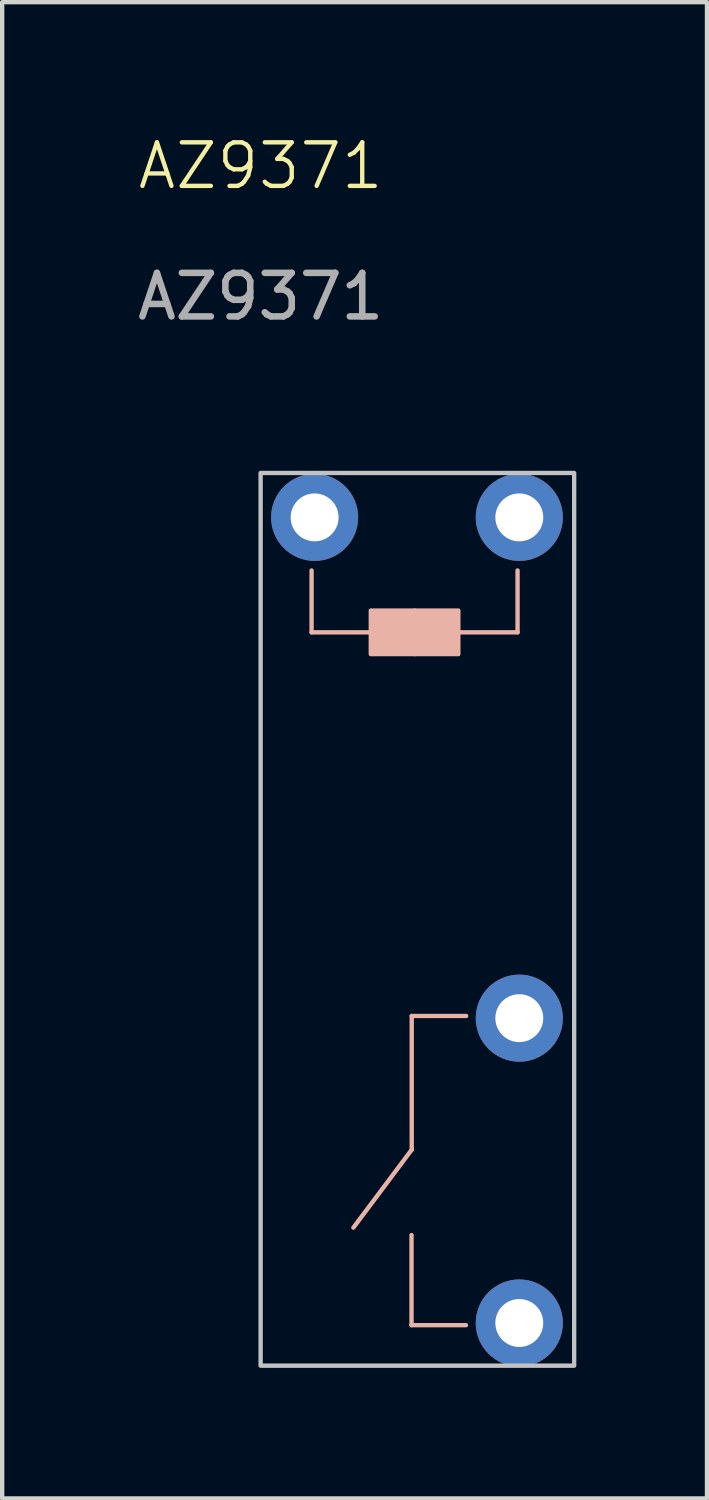
<source format=kicad_pcb>
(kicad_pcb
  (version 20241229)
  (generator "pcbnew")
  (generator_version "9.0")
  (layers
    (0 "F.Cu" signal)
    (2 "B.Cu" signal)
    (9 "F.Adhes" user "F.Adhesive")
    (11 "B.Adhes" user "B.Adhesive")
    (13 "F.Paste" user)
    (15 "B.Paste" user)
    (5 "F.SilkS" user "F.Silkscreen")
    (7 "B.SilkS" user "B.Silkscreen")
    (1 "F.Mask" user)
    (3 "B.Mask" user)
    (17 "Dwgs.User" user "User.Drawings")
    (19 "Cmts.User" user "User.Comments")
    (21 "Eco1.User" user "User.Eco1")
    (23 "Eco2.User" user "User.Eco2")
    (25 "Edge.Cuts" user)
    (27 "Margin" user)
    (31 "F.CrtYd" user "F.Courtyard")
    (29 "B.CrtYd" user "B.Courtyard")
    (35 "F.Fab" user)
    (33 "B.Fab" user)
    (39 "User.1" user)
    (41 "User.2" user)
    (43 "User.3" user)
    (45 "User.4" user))
  (footprint "AZ9371"
    (layer "F.Cu")
    (at 2.935 7.811)
    (property "Reference" "AZ9371" (at 0 -7.05 0) (unlocked yes) (layer "F.SilkS") (effects (font (size 1 1) (thickness 0.1))))
    (attr through_hole)
    (fp_line (start 1.17 3.66) (end 1.17 2.24) (stroke (width 0.1) (type default)) (layer "B.SilkS"))
    (fp_line (start 2.13 17.33) (end 3.47 15.54) (stroke (width 0.1) (type default)) (layer "B.SilkS"))
    (fp_line (start 3.465 17.5) (end 3.465 19.57) (stroke (width 0.1) (type default)) (layer "B.SilkS"))
    (fp_line (start 3.465 19.57) (end 4.715 19.57) (stroke (width 0.1) (type default)) (layer "B.SilkS"))
    (fp_line (start 3.47 12.47) (end 4.72 12.47) (stroke (width 0.1) (type default)) (layer "B.SilkS"))
    (fp_line (start 3.47 15.54) (end 3.47 12.47) (stroke (width 0.1) (type default)) (layer "B.SilkS"))
    (fp_line (start 5.9 3.66) (end 1.17 3.66) (stroke (width 0.1) (type default)) (layer "B.SilkS"))
    (fp_line (start 5.9 3.66) (end 5.9 2.24) (stroke (width 0.1) (type default)) (layer "B.SilkS"))
    (fp_rect (start 2.53 3.16) (end 3.535 3.66) (stroke (width 0.1) (type solid)) (fill yes) (layer "B.SilkS"))
    (fp_rect (start 2.53 3.66) (end 3.535 4.16) (stroke (width 0.1) (type solid)) (fill yes) (layer "B.SilkS"))
    (fp_rect (start 3.535 3.16) (end 4.54 3.66) (stroke (width 0.1) (type solid)) (fill yes) (layer "B.SilkS"))
    (fp_rect (start 3.535 3.66) (end 4.54 4.16) (stroke (width 0.1) (type solid)) (fill yes) (layer "B.SilkS"))
    (fp_rect (start 0 0) (end 7.2 20.5) (stroke (width 0.1) (type default)) (fill no) (layer "Dwgs.User"))
    (fp_text user "${REFERENCE}" (at 0 -4.05 0) (unlocked yes) (layer "F.Fab") (effects (font (size 1 1) (thickness 0.15))))
    (pad "1" thru_hole circle (at 5.94 1.02) (size 2 2) (drill 1.1) (layers "*.Cu" "*.Mask"))
    (pad "5" thru_hole circle (at 5.94 12.52) (size 2 2) (drill 1.1) (layers "*.Cu" "*.Mask"))
    (pad "7" thru_hole circle (at 5.94 19.52) (size 2 2) (drill 1.1) (layers "*.Cu" "*.Mask"))
    (pad "13" thru_hole circle (at 1.24 1.02) (size 2 2) (drill 1.1) (layers "*.Cu" "*.Mask")))
  (gr_rect
    (start -3 -3)
    (end 13.185 31.36)
    (stroke (width 0.1) (type default))
    (fill no)
    (layer "Edge.Cuts")))
</source>
